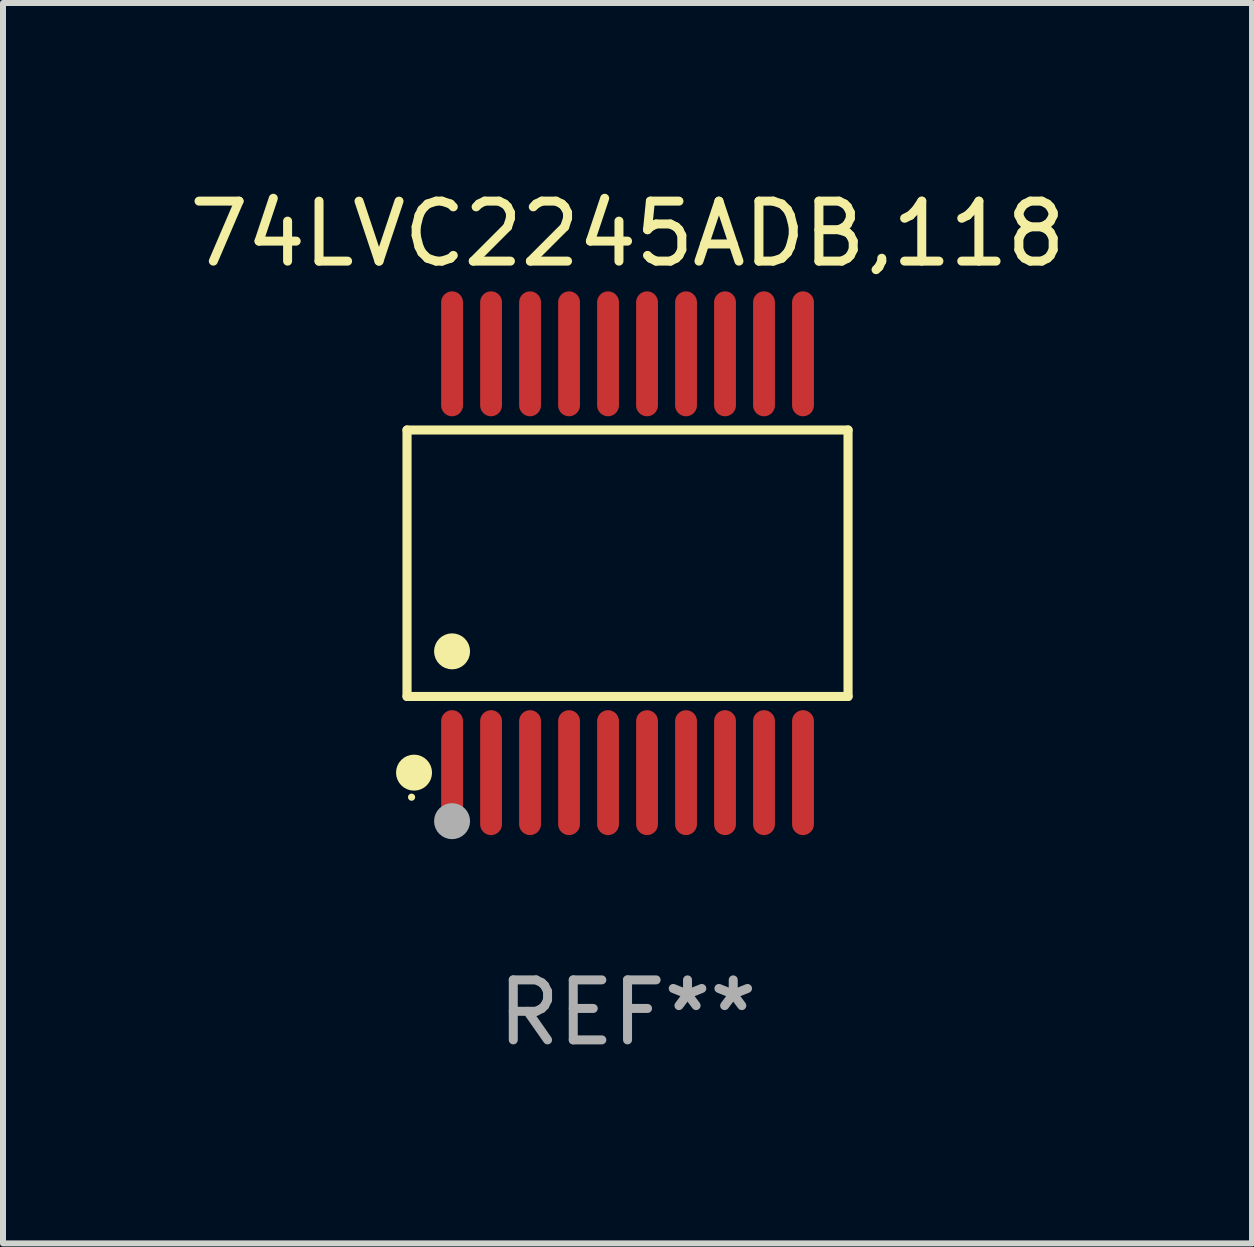
<source format=kicad_pcb>
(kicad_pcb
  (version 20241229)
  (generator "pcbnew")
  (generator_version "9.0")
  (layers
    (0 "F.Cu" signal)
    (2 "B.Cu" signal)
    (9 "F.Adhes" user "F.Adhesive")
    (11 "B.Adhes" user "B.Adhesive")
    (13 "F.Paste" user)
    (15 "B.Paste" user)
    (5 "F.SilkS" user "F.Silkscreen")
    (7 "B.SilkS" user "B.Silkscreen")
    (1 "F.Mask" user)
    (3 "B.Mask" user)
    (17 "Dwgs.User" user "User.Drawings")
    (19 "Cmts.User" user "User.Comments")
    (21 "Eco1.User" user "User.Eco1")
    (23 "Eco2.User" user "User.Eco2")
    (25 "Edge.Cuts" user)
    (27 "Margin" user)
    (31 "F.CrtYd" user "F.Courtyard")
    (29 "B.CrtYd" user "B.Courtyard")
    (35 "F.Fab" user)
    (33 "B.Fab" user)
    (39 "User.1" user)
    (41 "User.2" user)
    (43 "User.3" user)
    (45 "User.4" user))
  (footprint "74LVC2245ADB,118"
    (layer "F.Cu")
    (at 7.411 6.339)
    (property "Reference" "74LVC2245ADB,118" (at 0 -5.491 0) (layer "F.SilkS") (effects (font (size 1 1) (thickness 0.15))))
    (attr through_hole)
    (fp_line (start -3.676 -2.221) (end 3.676 -2.221) (stroke (width 0.152) (type solid)) (layer "F.SilkS"))
    (fp_line (start -3.676 2.221) (end -3.676 -2.221) (stroke (width 0.152) (type solid)) (layer "F.SilkS"))
    (fp_line (start 3.676 -2.221) (end 3.676 2.221) (stroke (width 0.152) (type solid)) (layer "F.SilkS"))
    (fp_line (start 3.676 2.221) (end -3.676 2.221) (stroke (width 0.152) (type solid)) (layer "F.SilkS"))
    (fp_circle (center -3.6 3.9) (end -3.57 3.9) (stroke (width 0.06) (type solid)) (fill no) (layer "F.SilkS"))
    (fp_circle (center -3.559 3.491) (end -3.409 3.491) (stroke (width 0.3) (type solid)) (fill no) (layer "F.SilkS"))
    (fp_circle (center -2.925 1.469) (end -2.775 1.469) (stroke (width 0.3) (type solid)) (fill no) (layer "F.SilkS"))
    (fp_circle (center -2.925 4.3) (end -2.775 4.3) (stroke (width 0.3) (type solid)) (fill no) (layer "F.Fab"))
    (fp_text user "REF**" (at 0 7.491 0) (layer "F.Fab") (effects (font (size 1 1) (thickness 0.15))))
    (pad "1" smd oval (at -2.925 3.491) (size 0.364 2.082) (layers "F.Cu" "F.Mask" "F.Paste"))
    (pad "2" smd oval (at -2.275 3.491) (size 0.364 2.082) (layers "F.Cu" "F.Mask" "F.Paste"))
    (pad "3" smd oval (at -1.625 3.491) (size 0.364 2.082) (layers "F.Cu" "F.Mask" "F.Paste"))
    (pad "4" smd oval (at -0.975 3.491) (size 0.364 2.082) (layers "F.Cu" "F.Mask" "F.Paste"))
    (pad "5" smd oval (at -0.325 3.491) (size 0.364 2.082) (layers "F.Cu" "F.Mask" "F.Paste"))
    (pad "6" smd oval (at 0.325 3.491) (size 0.364 2.082) (layers "F.Cu" "F.Mask" "F.Paste"))
    (pad "7" smd oval (at 0.975 3.491) (size 0.364 2.082) (layers "F.Cu" "F.Mask" "F.Paste"))
    (pad "8" smd oval (at 1.625 3.491) (size 0.364 2.082) (layers "F.Cu" "F.Mask" "F.Paste"))
    (pad "9" smd oval (at 2.275 3.491) (size 0.364 2.082) (layers "F.Cu" "F.Mask" "F.Paste"))
    (pad "10" smd oval (at 2.925 3.491) (size 0.364 2.082) (layers "F.Cu" "F.Mask" "F.Paste"))
    (pad "11" smd oval (at 2.925 -3.491) (size 0.364 2.082) (layers "F.Cu" "F.Mask" "F.Paste"))
    (pad "12" smd oval (at 2.275 -3.491) (size 0.364 2.082) (layers "F.Cu" "F.Mask" "F.Paste"))
    (pad "13" smd oval (at 1.625 -3.491) (size 0.364 2.082) (layers "F.Cu" "F.Mask" "F.Paste"))
    (pad "14" smd oval (at 0.975 -3.491) (size 0.364 2.082) (layers "F.Cu" "F.Mask" "F.Paste"))
    (pad "15" smd oval (at 0.325 -3.491) (size 0.364 2.082) (layers "F.Cu" "F.Mask" "F.Paste"))
    (pad "16" smd oval (at -0.325 -3.491) (size 0.364 2.082) (layers "F.Cu" "F.Mask" "F.Paste"))
    (pad "17" smd oval (at -0.975 -3.491) (size 0.364 2.082) (layers "F.Cu" "F.Mask" "F.Paste"))
    (pad "18" smd oval (at -1.625 -3.491) (size 0.364 2.082) (layers "F.Cu" "F.Mask" "F.Paste"))
    (pad "19" smd oval (at -2.275 -3.491) (size 0.364 2.082) (layers "F.Cu" "F.Mask" "F.Paste"))
    (pad "20" smd oval (at -2.925 -3.491) (size 0.364 2.082) (layers "F.Cu" "F.Mask" "F.Paste")))
  (gr_rect
    (start -3 -3)
    (end 17.821 17.678)
    (stroke (width 0.1) (type default))
    (fill no)
    (layer "Edge.Cuts")))
</source>
